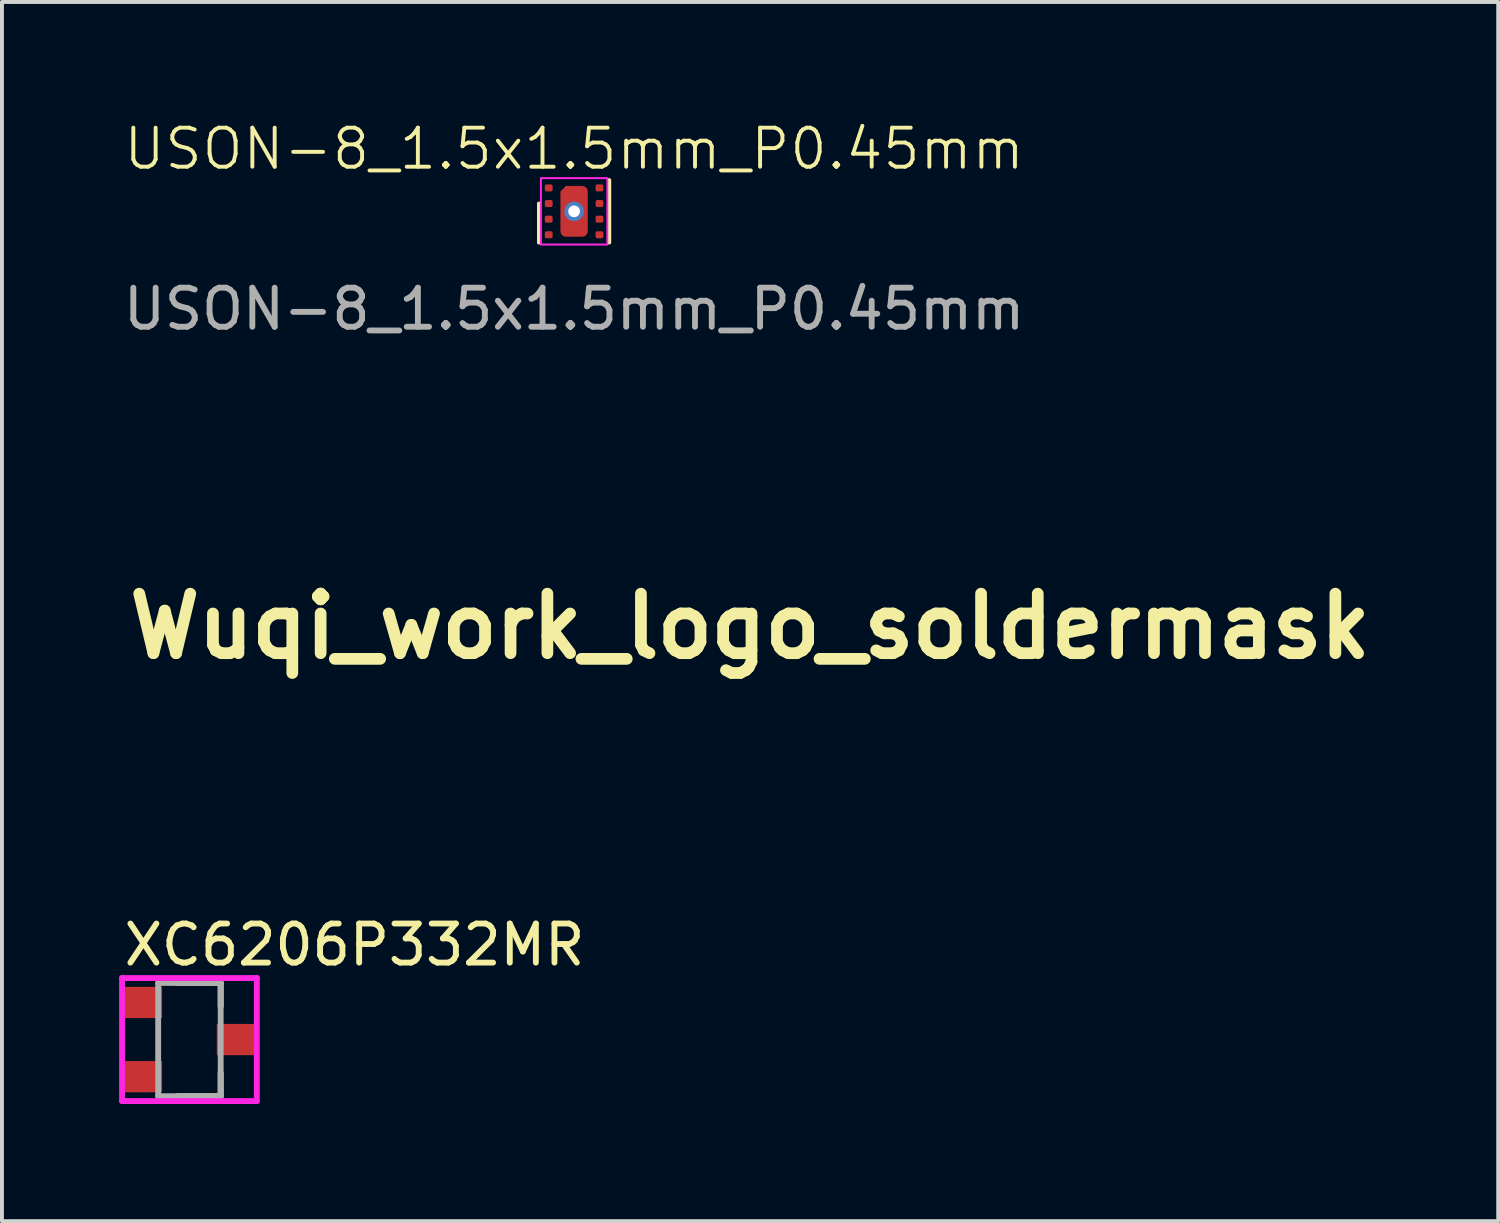
<source format=kicad_pcb>
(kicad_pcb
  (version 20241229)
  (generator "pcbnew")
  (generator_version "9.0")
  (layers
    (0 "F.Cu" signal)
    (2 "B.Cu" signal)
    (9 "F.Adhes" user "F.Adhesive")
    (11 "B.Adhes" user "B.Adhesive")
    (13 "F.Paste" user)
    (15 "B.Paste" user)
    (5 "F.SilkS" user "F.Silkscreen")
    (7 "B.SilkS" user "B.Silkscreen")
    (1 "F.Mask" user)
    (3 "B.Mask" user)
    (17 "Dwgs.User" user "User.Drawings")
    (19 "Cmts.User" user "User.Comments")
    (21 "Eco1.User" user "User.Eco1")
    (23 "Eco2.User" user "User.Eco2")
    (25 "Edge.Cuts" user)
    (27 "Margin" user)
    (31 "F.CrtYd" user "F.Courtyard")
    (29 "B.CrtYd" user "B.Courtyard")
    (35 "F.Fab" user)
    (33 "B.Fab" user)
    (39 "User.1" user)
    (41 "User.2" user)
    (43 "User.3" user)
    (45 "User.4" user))
  (footprint "XC6206P332MR"
    (layer "F.Cu")
    (at 1.8 23.566)
    (property "Reference" "XC6206P332MR" (at -1.753 -2.425 0) (layer "F.SilkS") (effects (font (size 1 1) (thickness 0.15)) (justify left)))
    (attr through_hole)
    (fp_line (start -0.3 1.45) (end 0.8 1.45) (stroke (width 0.15) (type solid)) (layer "F.SilkS"))
    (fp_line (start 0.8 -1.45) (end -0.3 -1.45) (stroke (width 0.15) (type solid)) (layer "F.SilkS"))
    (fp_line (start 0.8 -1.45) (end 0.8 -0.85) (stroke (width 0.15) (type solid)) (layer "F.SilkS"))
    (fp_line (start 0.8 0.85) (end 0.8 1.45) (stroke (width 0.15) (type solid)) (layer "F.SilkS"))
    (fp_line (start -1.725 -1.575) (end -1.725 1.575) (stroke (width 0.15) (type solid)) (layer "F.CrtYd"))
    (fp_line (start -1.725 1.575) (end 1.725 1.575) (stroke (width 0.15) (type solid)) (layer "F.CrtYd"))
    (fp_line (start 1.725 -1.575) (end -1.725 -1.575) (stroke (width 0.15) (type solid)) (layer "F.CrtYd"))
    (fp_line (start 1.725 -1.575) (end 1.725 -1.575) (stroke (width 0.15) (type solid)) (layer "F.CrtYd"))
    (fp_line (start 1.725 1.575) (end 1.725 -1.575) (stroke (width 0.15) (type solid)) (layer "F.CrtYd"))
    (fp_line (start -0.8 -1.45) (end 0.8 -1.45) (stroke (width 0.15) (type solid)) (layer "F.Fab"))
    (fp_line (start -0.8 1.45) (end -0.8 -1.45) (stroke (width 0.15) (type solid)) (layer "F.Fab"))
    (fp_line (start 0.8 -1.45) (end 0.8 1.45) (stroke (width 0.15) (type solid)) (layer "F.Fab"))
    (fp_line (start 0.8 1.45) (end -0.8 1.45) (stroke (width 0.15) (type solid)) (layer "F.Fab"))
    (pad "1" smd rect (at -1.2 -0.95) (size 1 0.8) (layers "F.Cu" "F.Mask" "F.Paste"))
    (pad "2" smd rect (at -1.2 0.95) (size 1 0.8) (layers "F.Cu" "F.Mask" "F.Paste"))
    (pad "3" smd rect (at 1.2 0) (size 1 0.8) (layers "F.Cu" "F.Mask" "F.Paste")))
  (footprint "Wuqi_work_logo_soldermask"
    (layer "F.Cu")
    (at 16.154 12.984)
    (property "Reference" "Wuqi_work_logo_soldermask" (at 0 0 0) (layer "F.SilkS") (effects (font (size 1.524 1.524) (thickness 0.3))))
    (attr board_only exclude_from_pos_files exclude_from_bom)
    (fp_poly (pts (xy 2.52 1.09) (xy 1.512 1.09) (xy 1.512 -1.218) (xy 1.473 -1.263) (xy 1.434 -1.309) (xy -0.531 -1.313) (xy -2.496 -1.318) (xy -1.521 -2.293) (xy 2.52 -2.293)) (stroke (width 0) (type solid)) (fill yes) (layer "F.Mask"))
    (fp_poly (pts (xy -1.504 3.255) (xy -1.466 3.286) (xy -1.459 3.291) (xy -1.451 3.295) (xy -1.438 3.299) (xy -1.42 3.302) (xy -1.395 3.305) (xy -1.361 3.307) (xy -1.316 3.309) (xy -1.259 3.311) (xy -1.187 3.313) (xy -1.099 3.314) (xy -0.994 3.315) (xy -0.869 3.316) (xy -0.723 3.316) (xy -0.554 3.317) (xy -0.361 3.317) (xy -0.141 3.317) (xy 0.107 3.317) (xy 0.385 3.317) (xy 0.542 3.317) (xy 2.512 3.317) (xy 2.016 3.813) (xy 1.521 4.309) (xy -2.488 4.309) (xy -2.488 1.894) (xy -2 1.407) (xy -1.513 0.92)) (stroke (width 0) (type solid)) (fill yes) (layer "F.Mask"))
    (fp_poly (pts (xy 1.87 -4.271) (xy 2.017 -4.236) (xy 2.09 -4.206) (xy 2.22 -4.128) (xy 2.327 -4.03) (xy 2.41 -3.915) (xy 2.469 -3.789) (xy 2.503 -3.655) (xy 2.511 -3.516) (xy 2.493 -3.377) (xy 2.448 -3.242) (xy 2.375 -3.114) (xy 2.307 -3.032) (xy 2.209 -2.948) (xy 2.092 -2.879) (xy 1.967 -2.83) (xy 1.894 -2.813) (xy 1.832 -2.804) (xy 1.784 -2.8) (xy 1.737 -2.802) (xy 1.678 -2.81) (xy 1.642 -2.815) (xy 1.529 -2.847) (xy 1.413 -2.901) (xy 1.307 -2.973) (xy 1.256 -3.019) (xy 1.161 -3.136) (xy 1.093 -3.267) (xy 1.053 -3.408) (xy 1.041 -3.555) (xy 1.059 -3.703) (xy 1.105 -3.847) (xy 1.134 -3.907) (xy 1.179 -3.972) (xy 1.241 -4.044) (xy 1.313 -4.112) (xy 1.384 -4.167) (xy 1.424 -4.192) (xy 1.569 -4.249) (xy 1.719 -4.275)) (stroke (width 0) (type solid)) (fill yes) (layer "F.Mask"))
    (fp_poly (pts (xy 0.135 -0.699) (xy 0.235 -0.699) (xy 0.311 -0.698) (xy 0.366 -0.696) (xy 0.404 -0.692) (xy 0.43 -0.687) (xy 0.447 -0.68) (xy 0.459 -0.671) (xy 0.469 -0.662) (xy 0.504 -0.624) (xy 0.504 1.002) (xy 0.504 1.27) (xy 0.504 1.508) (xy 0.504 1.716) (xy 0.503 1.898) (xy 0.503 2.055) (xy 0.502 2.189) (xy 0.501 2.302) (xy 0.499 2.395) (xy 0.498 2.471) (xy 0.496 2.531) (xy 0.493 2.577) (xy 0.491 2.611) (xy 0.488 2.636) (xy 0.484 2.652) (xy 0.48 2.662) (xy 0.479 2.663) (xy 0.47 2.674) (xy 0.46 2.682) (xy 0.443 2.689) (xy 0.417 2.693) (xy 0.376 2.696) (xy 0.318 2.698) (xy 0.239 2.699) (xy 0.134 2.699) (xy 0.019 2.699) (xy -0.097 2.699) (xy -0.202 2.697) (xy -0.293 2.695) (xy -0.365 2.693) (xy -0.413 2.69) (xy -0.433 2.687) (xy -0.442 2.68) (xy -0.449 2.672) (xy -0.456 2.659) (xy -0.463 2.641) (xy -0.468 2.615) (xy -0.472 2.58) (xy -0.476 2.534) (xy -0.479 2.474) (xy -0.482 2.398) (xy -0.484 2.306) (xy -0.485 2.194) (xy -0.486 2.062) (xy -0.487 1.907) (xy -0.487 1.727) (xy -0.488 1.52) (xy -0.488 1.285) (xy -0.488 1.02) (xy -0.488 0.995) (xy -0.488 0.731) (xy -0.488 0.497) (xy -0.488 0.292) (xy -0.487 0.114) (xy -0.487 -0.039) (xy -0.486 -0.17) (xy -0.486 -0.28) (xy -0.484 -0.371) (xy -0.483 -0.445) (xy -0.481 -0.503) (xy -0.479 -0.549) (xy -0.476 -0.583) (xy -0.473 -0.608) (xy -0.47 -0.626) (xy -0.465 -0.639) (xy -0.461 -0.648) (xy -0.455 -0.655) (xy -0.454 -0.656) (xy -0.42 -0.699) (xy 0.006 -0.699)) (stroke (width 0) (type solid)) (fill yes) (layer "F.Mask")))
  (footprint "USON-8_1.5x1.5mm_P0.45mm"
    (layer "F.Cu")
    (at 11.649 2.361)
    (property "Reference" "USON-8_1.5x1.5mm_P0.45mm" (at 0 -1.6 0) (unlocked yes) (layer "F.SilkS") (effects (font (size 1 1) (thickness 0.1))))
    (attr smd)
    (fp_line (start -0.9 -0.2) (end -0.9 0.8) (stroke (width 0.1) (type default)) (layer "F.SilkS"))
    (fp_line (start 0.9 -0.8) (end 0.9 0.8) (stroke (width 0.1) (type default)) (layer "F.SilkS"))
    (fp_circle (center -0.2 -0.5) (end -0.1 -0.5) (stroke (width 0) (type solid)) (fill yes) (layer "F.Paste"))
    (fp_circle (center -0.2 0.5) (end -0.1 0.5) (stroke (width 0) (type solid)) (fill yes) (layer "F.Paste"))
    (fp_circle (center 0 -0.3) (end 0.1 -0.3) (stroke (width 0) (type solid)) (fill yes) (layer "F.Paste"))
    (fp_circle (center 0 0.3) (end 0.1 0.3) (stroke (width 0) (type solid)) (fill yes) (layer "F.Paste"))
    (fp_circle (center 0.2 -0.5) (end 0.3 -0.5) (stroke (width 0) (type solid)) (fill yes) (layer "F.Paste"))
    (fp_circle (center 0.2 0.5) (end 0.3 0.5) (stroke (width 0) (type solid)) (fill yes) (layer "F.Paste"))
    (fp_rect (start -0.85 -0.85) (end 0.85 0.85) (stroke (width 0.05) (type default)) (fill no) (layer "F.CrtYd"))
    (fp_text user "${REFERENCE}" (at 0 2.5 0) (unlocked yes) (layer "F.Fab") (effects (font (size 1 1) (thickness 0.15))))
    (pad "1" smd roundrect (at -0.65 -0.6) (size 0.2 0.18) (layers "F.Cu" "F.Mask" "F.Paste") (roundrect_rratio 0.25))
    (pad "2" smd roundrect (at -0.65 -0.2) (size 0.2 0.18) (layers "F.Cu" "F.Mask" "F.Paste") (roundrect_rratio 0.25))
    (pad "3" smd roundrect (at -0.65 0.2) (size 0.2 0.18) (layers "F.Cu" "F.Mask" "F.Paste") (roundrect_rratio 0.25))
    (pad "4" smd roundrect (at -0.65 0.6) (size 0.2 0.18) (layers "F.Cu" "F.Mask" "F.Paste") (roundrect_rratio 0.25))
    (pad "5" smd roundrect (at 0.65 0.6) (size 0.2 0.18) (layers "F.Cu" "F.Mask" "F.Paste") (roundrect_rratio 0.25))
    (pad "6" smd roundrect (at 0.65 0.2) (size 0.2 0.18) (layers "F.Cu" "F.Mask" "F.Paste") (roundrect_rratio 0.25))
    (pad "7" smd roundrect (at 0.65 -0.2) (size 0.2 0.18) (layers "F.Cu" "F.Mask" "F.Paste") (roundrect_rratio 0.25))
    (pad "8" smd roundrect (at 0.65 -0.6) (size 0.2 0.18) (layers "F.Cu" "F.Mask" "F.Paste") (roundrect_rratio 0.25))
    (pad "9" thru_hole circle (at 0 0) (size 0.5 0.5) (drill 0.3) (layers "*.Cu" "*.Mask"))
    (pad "9" smd roundrect (at 0 0) (size 0.7 1.3) (layers "F.Cu" "F.Mask") (roundrect_rratio 0.2) (chamfer_ratio 0.2) (chamfer top_left)))
  (gr_rect
    (start -3 -3)
    (end 35.309 28.216)
    (stroke (width 0.1) (type default))
    (fill no)
    (layer "Edge.Cuts")))
</source>
